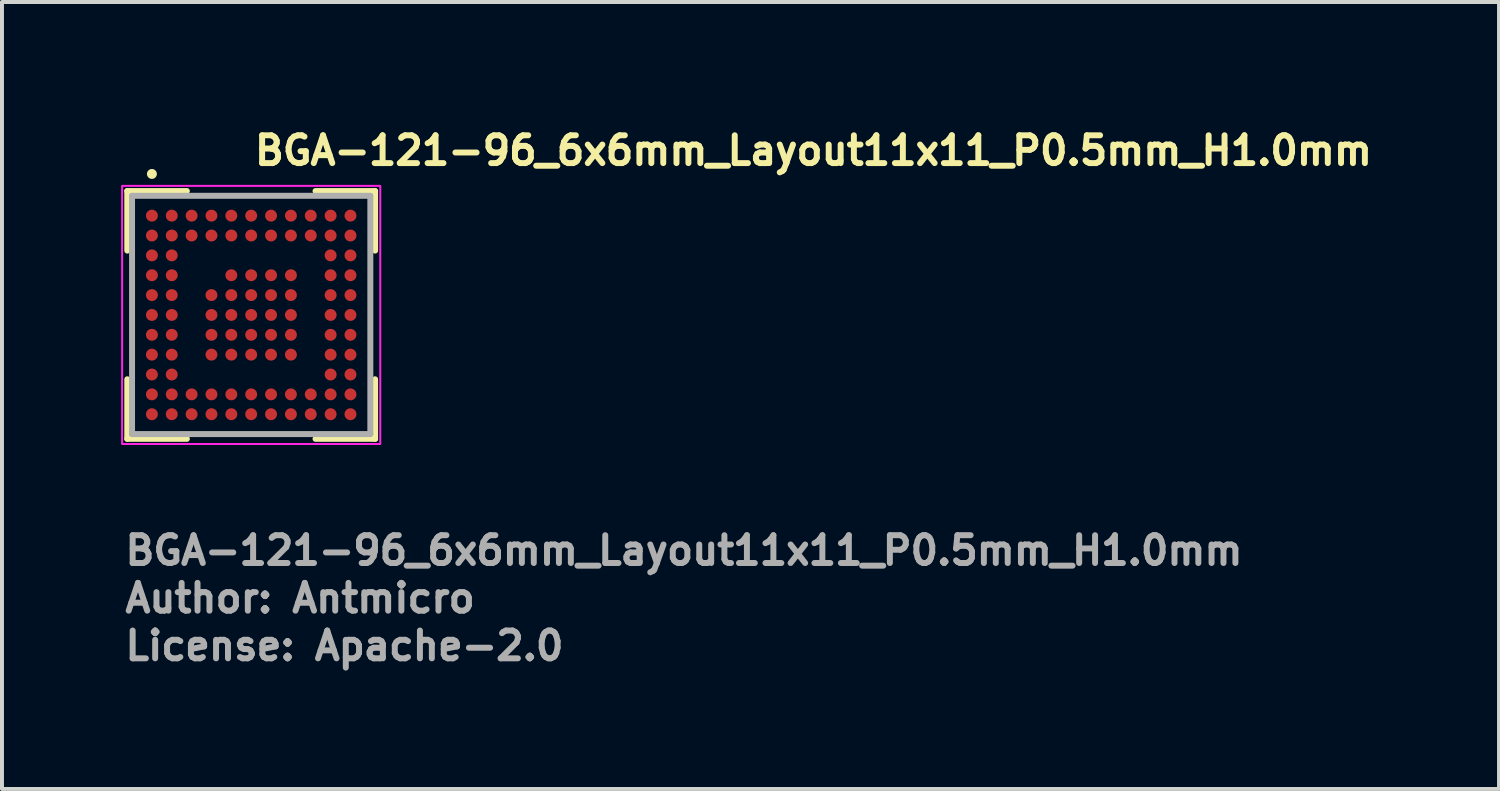
<source format=kicad_pcb>
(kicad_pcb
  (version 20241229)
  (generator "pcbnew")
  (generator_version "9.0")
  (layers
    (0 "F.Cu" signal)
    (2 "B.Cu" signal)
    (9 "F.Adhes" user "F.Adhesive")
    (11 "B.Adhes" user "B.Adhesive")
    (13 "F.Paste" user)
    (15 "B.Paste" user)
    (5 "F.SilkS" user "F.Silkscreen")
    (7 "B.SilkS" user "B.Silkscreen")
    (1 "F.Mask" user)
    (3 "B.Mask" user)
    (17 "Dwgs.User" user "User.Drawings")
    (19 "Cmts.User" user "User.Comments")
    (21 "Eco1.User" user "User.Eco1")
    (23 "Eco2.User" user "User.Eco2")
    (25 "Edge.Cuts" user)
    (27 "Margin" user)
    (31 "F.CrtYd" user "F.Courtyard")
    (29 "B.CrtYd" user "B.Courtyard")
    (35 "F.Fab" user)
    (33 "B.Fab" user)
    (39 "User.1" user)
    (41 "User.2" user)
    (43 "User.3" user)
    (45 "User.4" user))
  (footprint "BGA-121-96_6x6mm_Layout11x11_P0.5mm_H1.0mm"
    (layer "F.Cu")
    (at 3.275 4.88)
    (property "Reference" "BGA-121-96_6x6mm_Layout11x11_P0.5mm_H1.0mm" (at 0.01 -3.73 0) (layer "F.SilkS") (effects (font (size 0.7 0.7) (thickness 0.15)) (justify left bottom)))
    (attr smd)
    (fp_line (start -3.12 -3.12) (end -1.62 -3.12) (stroke (width 0.15) (type solid)) (layer "F.SilkS"))
    (fp_line (start -3.12 -1.62) (end -3.12 -3.12) (stroke (width 0.15) (type solid)) (layer "F.SilkS"))
    (fp_line (start -3.12 3.12) (end -3.12 1.62) (stroke (width 0.15) (type solid)) (layer "F.SilkS"))
    (fp_line (start -1.62 3.12) (end -3.12 3.12) (stroke (width 0.15) (type solid)) (layer "F.SilkS"))
    (fp_line (start 1.62 -3.12) (end 3.12 -3.12) (stroke (width 0.15) (type solid)) (layer "F.SilkS"))
    (fp_line (start 1.62 3.12) (end 3.12 3.12) (stroke (width 0.15) (type solid)) (layer "F.SilkS"))
    (fp_line (start 3.12 -3.12) (end 3.12 -1.62) (stroke (width 0.15) (type solid)) (layer "F.SilkS"))
    (fp_line (start 3.12 3.12) (end 3.12 1.62) (stroke (width 0.15) (type solid)) (layer "F.SilkS"))
    (fp_circle (center -2.5 -3.55) (end -2.45 -3.55) (stroke (width 0.15) (type solid)) (fill yes) (layer "F.SilkS"))
    (fp_rect (start -3.25 -3.25) (end 3.25 3.25) (stroke (width 0.05) (type solid)) (fill no) (layer "F.CrtYd"))
    (fp_line (start -3 -3) (end -3 3) (stroke (width 0.15) (type solid)) (layer "F.Fab"))
    (fp_line (start -3 3) (end 3 3) (stroke (width 0.15) (type solid)) (layer "F.Fab"))
    (fp_line (start 3 -3) (end -3 -3) (stroke (width 0.15) (type solid)) (layer "F.Fab"))
    (fp_line (start 3 3) (end 3 -3) (stroke (width 0.15) (type solid)) (layer "F.Fab"))
    (fp_rect (start -3 -3) (end 3 3) (stroke (width 0.1) (type solid)) (fill no) (layer "User.5"))
    (fp_line (start -3 -3) (end -3 3) (stroke (width 0.02) (type solid)) (layer "User.9"))
    (fp_line (start -3 -3) (end 3 -3) (stroke (width 0.02) (type solid)) (layer "User.9"))
    (fp_line (start -3 3) (end 3 3) (stroke (width 0.02) (type solid)) (layer "User.9"))
    (fp_line (start 3 -3) (end 3 3) (stroke (width 0.02) (type solid)) (layer "User.9"))
    (fp_circle (center -2.52 -2.52) (end -2.32 -2.52) (stroke (width 0.02) (type default)) (fill no) (layer "User.9"))
    (fp_text user "${REFERENCE}" (at -3.25 6.34 0) (layer "F.Fab") (effects (font (size 0.7 0.7) (thickness 0.15)) (justify left bottom)))
    (fp_text user "Author: Antmicro" (at -3.25 7.54 0) (layer "F.Fab") (effects (font (size 0.7 0.7) (thickness 0.15)) (justify left bottom)))
    (fp_text user "License: Apache-2.0" (at -3.25 8.74 0) (layer "F.Fab") (effects (font (size 0.7 0.7) (thickness 0.15)) (justify left bottom)))
    (pad "A1" smd circle (at -2.5 -2.5) (size 0.3 0.3) (layers "F.Cu" "F.Mask" "F.Paste"))
    (pad "A2" smd circle (at -2 -2.5) (size 0.3 0.3) (layers "F.Cu" "F.Mask" "F.Paste"))
    (pad "A3" smd circle (at -1.5 -2.5) (size 0.3 0.3) (layers "F.Cu" "F.Mask" "F.Paste"))
    (pad "A4" smd circle (at -1 -2.5) (size 0.3 0.3) (layers "F.Cu" "F.Mask" "F.Paste"))
    (pad "A5" smd circle (at -0.5 -2.5) (size 0.3 0.3) (layers "F.Cu" "F.Mask" "F.Paste"))
    (pad "A6" smd circle (at 0 -2.5) (size 0.3 0.3) (layers "F.Cu" "F.Mask" "F.Paste"))
    (pad "A7" smd circle (at 0.5 -2.5) (size 0.3 0.3) (layers "F.Cu" "F.Mask" "F.Paste"))
    (pad "A8" smd circle (at 1 -2.5) (size 0.3 0.3) (layers "F.Cu" "F.Mask" "F.Paste"))
    (pad "A9" smd circle (at 1.5 -2.5) (size 0.3 0.3) (layers "F.Cu" "F.Mask" "F.Paste"))
    (pad "A10" smd circle (at 2 -2.5) (size 0.3 0.3) (layers "F.Cu" "F.Mask" "F.Paste"))
    (pad "A11" smd circle (at 2.5 -2.5) (size 0.3 0.3) (layers "F.Cu" "F.Mask" "F.Paste"))
    (pad "B1" smd circle (at -2.5 -2) (size 0.3 0.3) (layers "F.Cu" "F.Mask" "F.Paste"))
    (pad "B2" smd circle (at -2 -2) (size 0.3 0.3) (layers "F.Cu" "F.Mask" "F.Paste"))
    (pad "B3" smd circle (at -1.5 -2) (size 0.3 0.3) (layers "F.Cu" "F.Mask" "F.Paste"))
    (pad "B4" smd circle (at -1 -2) (size 0.3 0.3) (layers "F.Cu" "F.Mask" "F.Paste"))
    (pad "B5" smd circle (at -0.5 -2) (size 0.3 0.3) (layers "F.Cu" "F.Mask" "F.Paste"))
    (pad "B6" smd circle (at 0 -2) (size 0.3 0.3) (layers "F.Cu" "F.Mask" "F.Paste"))
    (pad "B7" smd circle (at 0.5 -2) (size 0.3 0.3) (layers "F.Cu" "F.Mask" "F.Paste"))
    (pad "B8" smd circle (at 1 -2) (size 0.3 0.3) (layers "F.Cu" "F.Mask" "F.Paste"))
    (pad "B9" smd circle (at 1.5 -2) (size 0.3 0.3) (layers "F.Cu" "F.Mask" "F.Paste"))
    (pad "B10" smd circle (at 2 -2) (size 0.3 0.3) (layers "F.Cu" "F.Mask" "F.Paste"))
    (pad "B11" smd circle (at 2.5 -2) (size 0.3 0.3) (layers "F.Cu" "F.Mask" "F.Paste"))
    (pad "C1" smd circle (at -2.5 -1.5) (size 0.3 0.3) (layers "F.Cu" "F.Mask" "F.Paste"))
    (pad "C2" smd circle (at -2 -1.5) (size 0.3 0.3) (layers "F.Cu" "F.Mask" "F.Paste"))
    (pad "C10" smd circle (at 2 -1.5) (size 0.3 0.3) (layers "F.Cu" "F.Mask" "F.Paste"))
    (pad "C11" smd circle (at 2.5 -1.5) (size 0.3 0.3) (layers "F.Cu" "F.Mask" "F.Paste"))
    (pad "D1" smd circle (at -2.5 -1) (size 0.3 0.3) (layers "F.Cu" "F.Mask" "F.Paste"))
    (pad "D2" smd circle (at -2 -1) (size 0.3 0.3) (layers "F.Cu" "F.Mask" "F.Paste"))
    (pad "D5" smd circle (at -0.5 -1) (size 0.3 0.3) (layers "F.Cu" "F.Mask" "F.Paste"))
    (pad "D6" smd circle (at 0 -1) (size 0.3 0.3) (layers "F.Cu" "F.Mask" "F.Paste"))
    (pad "D7" smd circle (at 0.5 -1) (size 0.3 0.3) (layers "F.Cu" "F.Mask" "F.Paste"))
    (pad "D8" smd circle (at 1 -1) (size 0.3 0.3) (layers "F.Cu" "F.Mask" "F.Paste"))
    (pad "D10" smd circle (at 2 -1) (size 0.3 0.3) (layers "F.Cu" "F.Mask" "F.Paste"))
    (pad "D11" smd circle (at 2.5 -1) (size 0.3 0.3) (layers "F.Cu" "F.Mask" "F.Paste"))
    (pad "E1" smd circle (at -2.5 -0.5) (size 0.3 0.3) (layers "F.Cu" "F.Mask" "F.Paste"))
    (pad "E2" smd circle (at -2 -0.5) (size 0.3 0.3) (layers "F.Cu" "F.Mask" "F.Paste"))
    (pad "E4" smd circle (at -1 -0.5) (size 0.3 0.3) (layers "F.Cu" "F.Mask" "F.Paste"))
    (pad "E5" smd circle (at -0.5 -0.5) (size 0.3 0.3) (layers "F.Cu" "F.Mask" "F.Paste"))
    (pad "E6" smd circle (at 0 -0.5) (size 0.3 0.3) (layers "F.Cu" "F.Mask" "F.Paste"))
    (pad "E7" smd circle (at 0.5 -0.5) (size 0.3 0.3) (layers "F.Cu" "F.Mask" "F.Paste"))
    (pad "E8" smd circle (at 1 -0.5) (size 0.3 0.3) (layers "F.Cu" "F.Mask" "F.Paste"))
    (pad "E10" smd circle (at 2 -0.5) (size 0.3 0.3) (layers "F.Cu" "F.Mask" "F.Paste"))
    (pad "E11" smd circle (at 2.5 -0.5) (size 0.3 0.3) (layers "F.Cu" "F.Mask" "F.Paste"))
    (pad "F1" smd circle (at -2.5 0) (size 0.3 0.3) (layers "F.Cu" "F.Mask" "F.Paste"))
    (pad "F2" smd circle (at -2 0) (size 0.3 0.3) (layers "F.Cu" "F.Mask" "F.Paste"))
    (pad "F4" smd circle (at -1 0) (size 0.3 0.3) (layers "F.Cu" "F.Mask" "F.Paste"))
    (pad "F5" smd circle (at -0.5 0) (size 0.3 0.3) (layers "F.Cu" "F.Mask" "F.Paste"))
    (pad "F6" smd circle (at 0 0) (size 0.3 0.3) (layers "F.Cu" "F.Mask" "F.Paste"))
    (pad "F7" smd circle (at 0.5 0) (size 0.3 0.3) (layers "F.Cu" "F.Mask" "F.Paste"))
    (pad "F8" smd circle (at 1 0) (size 0.3 0.3) (layers "F.Cu" "F.Mask" "F.Paste"))
    (pad "F10" smd circle (at 2 0) (size 0.3 0.3) (layers "F.Cu" "F.Mask" "F.Paste"))
    (pad "F11" smd circle (at 2.5 0) (size 0.3 0.3) (layers "F.Cu" "F.Mask" "F.Paste"))
    (pad "G1" smd circle (at -2.5 0.5) (size 0.3 0.3) (layers "F.Cu" "F.Mask" "F.Paste"))
    (pad "G2" smd circle (at -2 0.5) (size 0.3 0.3) (layers "F.Cu" "F.Mask" "F.Paste"))
    (pad "G4" smd circle (at -1 0.5) (size 0.3 0.3) (layers "F.Cu" "F.Mask" "F.Paste"))
    (pad "G5" smd circle (at -0.5 0.5) (size 0.3 0.3) (layers "F.Cu" "F.Mask" "F.Paste"))
    (pad "G6" smd circle (at 0 0.5) (size 0.3 0.3) (layers "F.Cu" "F.Mask" "F.Paste"))
    (pad "G7" smd circle (at 0.5 0.5) (size 0.3 0.3) (layers "F.Cu" "F.Mask" "F.Paste"))
    (pad "G8" smd circle (at 1 0.5) (size 0.3 0.3) (layers "F.Cu" "F.Mask" "F.Paste"))
    (pad "G10" smd circle (at 2 0.5) (size 0.3 0.3) (layers "F.Cu" "F.Mask" "F.Paste"))
    (pad "G11" smd circle (at 2.5 0.5) (size 0.3 0.3) (layers "F.Cu" "F.Mask" "F.Paste"))
    (pad "H1" smd circle (at -2.5 1) (size 0.3 0.3) (layers "F.Cu" "F.Mask" "F.Paste"))
    (pad "H2" smd circle (at -2 1) (size 0.3 0.3) (layers "F.Cu" "F.Mask" "F.Paste"))
    (pad "H4" smd circle (at -1 1) (size 0.3 0.3) (layers "F.Cu" "F.Mask" "F.Paste"))
    (pad "H5" smd circle (at -0.5 1) (size 0.3 0.3) (layers "F.Cu" "F.Mask" "F.Paste"))
    (pad "H6" smd circle (at 0 1) (size 0.3 0.3) (layers "F.Cu" "F.Mask" "F.Paste"))
    (pad "H7" smd circle (at 0.5 1) (size 0.3 0.3) (layers "F.Cu" "F.Mask" "F.Paste"))
    (pad "H8" smd circle (at 1 1) (size 0.3 0.3) (layers "F.Cu" "F.Mask" "F.Paste"))
    (pad "H10" smd circle (at 2 1) (size 0.3 0.3) (layers "F.Cu" "F.Mask" "F.Paste"))
    (pad "H11" smd circle (at 2.5 1) (size 0.3 0.3) (layers "F.Cu" "F.Mask" "F.Paste"))
    (pad "J1" smd circle (at -2.5 1.5) (size 0.3 0.3) (layers "F.Cu" "F.Mask" "F.Paste"))
    (pad "J2" smd circle (at -2 1.5) (size 0.3 0.3) (layers "F.Cu" "F.Mask" "F.Paste"))
    (pad "J10" smd circle (at 2 1.5) (size 0.3 0.3) (layers "F.Cu" "F.Mask" "F.Paste"))
    (pad "J11" smd circle (at 2.5 1.5) (size 0.3 0.3) (layers "F.Cu" "F.Mask" "F.Paste"))
    (pad "K1" smd circle (at -2.5 2) (size 0.3 0.3) (layers "F.Cu" "F.Mask" "F.Paste"))
    (pad "K2" smd circle (at -2 2) (size 0.3 0.3) (layers "F.Cu" "F.Mask" "F.Paste"))
    (pad "K3" smd circle (at -1.5 2) (size 0.3 0.3) (layers "F.Cu" "F.Mask" "F.Paste"))
    (pad "K4" smd circle (at -1 2) (size 0.3 0.3) (layers "F.Cu" "F.Mask" "F.Paste"))
    (pad "K5" smd circle (at -0.5 2) (size 0.3 0.3) (layers "F.Cu" "F.Mask" "F.Paste"))
    (pad "K6" smd circle (at 0 2) (size 0.3 0.3) (layers "F.Cu" "F.Mask" "F.Paste"))
    (pad "K7" smd circle (at 0.5 2) (size 0.3 0.3) (layers "F.Cu" "F.Mask" "F.Paste"))
    (pad "K8" smd circle (at 1 2) (size 0.3 0.3) (layers "F.Cu" "F.Mask" "F.Paste"))
    (pad "K9" smd circle (at 1.5 2) (size 0.3 0.3) (layers "F.Cu" "F.Mask" "F.Paste"))
    (pad "K10" smd circle (at 2 2) (size 0.3 0.3) (layers "F.Cu" "F.Mask" "F.Paste"))
    (pad "K11" smd circle (at 2.5 2) (size 0.3 0.3) (layers "F.Cu" "F.Mask" "F.Paste"))
    (pad "L1" smd circle (at -2.5 2.5) (size 0.3 0.3) (layers "F.Cu" "F.Mask" "F.Paste"))
    (pad "L2" smd circle (at -2 2.5) (size 0.3 0.3) (layers "F.Cu" "F.Mask" "F.Paste"))
    (pad "L3" smd circle (at -1.5 2.5) (size 0.3 0.3) (layers "F.Cu" "F.Mask" "F.Paste"))
    (pad "L4" smd circle (at -1 2.5) (size 0.3 0.3) (layers "F.Cu" "F.Mask" "F.Paste"))
    (pad "L5" smd circle (at -0.5 2.5) (size 0.3 0.3) (layers "F.Cu" "F.Mask" "F.Paste"))
    (pad "L6" smd circle (at 0 2.5) (size 0.3 0.3) (layers "F.Cu" "F.Mask" "F.Paste"))
    (pad "L7" smd circle (at 0.5 2.5) (size 0.3 0.3) (layers "F.Cu" "F.Mask" "F.Paste"))
    (pad "L8" smd circle (at 1 2.5) (size 0.3 0.3) (layers "F.Cu" "F.Mask" "F.Paste"))
    (pad "L9" smd circle (at 1.5 2.5) (size 0.3 0.3) (layers "F.Cu" "F.Mask" "F.Paste"))
    (pad "L10" smd circle (at 2 2.5) (size 0.3 0.3) (layers "F.Cu" "F.Mask" "F.Paste"))
    (pad "L11" smd circle (at 2.5 2.5) (size 0.3 0.3) (layers "F.Cu" "F.Mask" "F.Paste")))
  (gr_rect
    (start -3 -3)
    (end 34.695 16.816)
    (stroke (width 0.1) (type default))
    (fill no)
    (layer "Edge.Cuts")))
</source>
